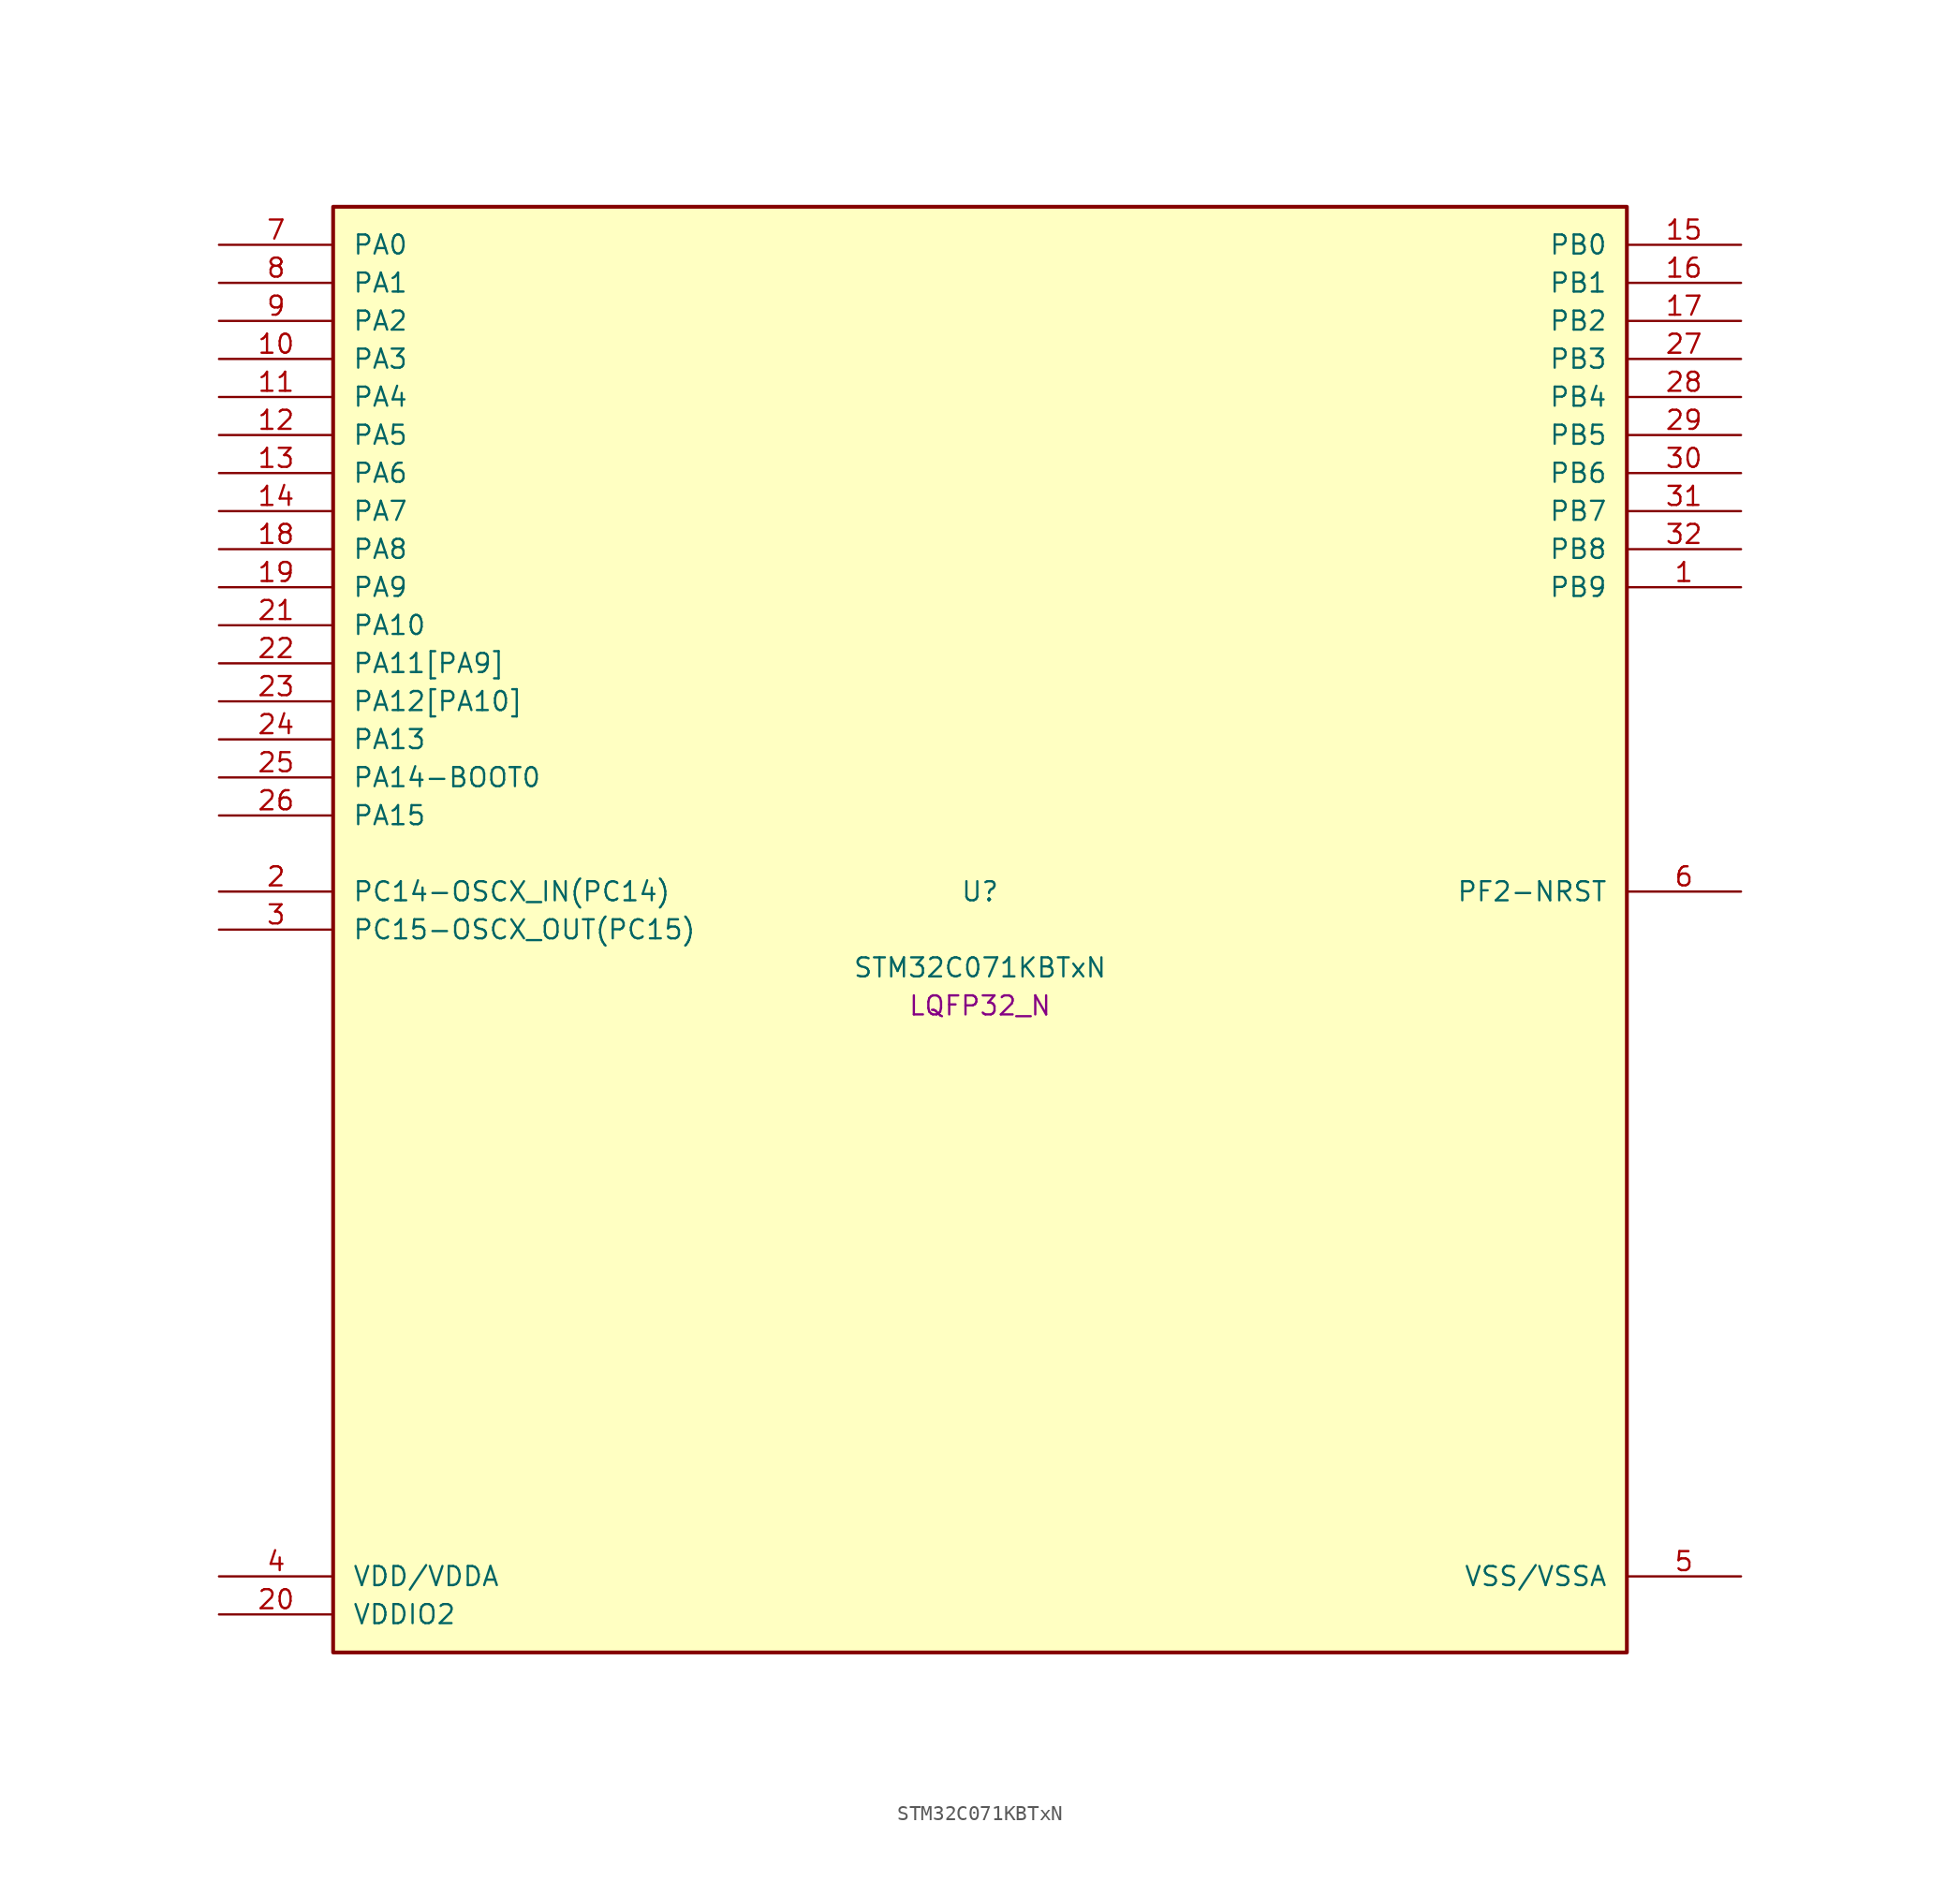
<source format=kicad_sym>
(kicad_symbol_lib
  (version 20241209)
  (generator "stm32_pkl_generator")
  (generator_version "1.0")
  (symbol "STM32C071KBTxN"
    (pin_names
      (offset 1.27))
    (property "Reference" "U"
      (at 0 2.54 0))
    (property "Value" "STM32C071KBTxN"
      (at 0 -2.54 0))
    (property "Footprint" "LQFP32_N"
      (at 0 -5.08 0))
    (symbol "STM32C071KBTxN_1_1"
      (rectangle (start -43.18 48.26) (end 43.18 -48.26) (stroke (width 0.254) (type solid)) (fill (type background)))
      (pin bidirectional line (at -50.8 45.72 0) (length 7.62) (name "PA0") (number "7") (alternate "PA0/ADC1_IN0" bidirectional line) (alternate "PA0/PWR_WKUP1" bidirectional line) (alternate "PA0/SPI2_SCK" bidirectional line) (alternate "PA0/TIM16_CH1" bidirectional line) (alternate "PA0/TIM1_CH1" bidirectional line) (alternate "PA0/TIM2_CH1" bidirectional line) (alternate "PA0/TIM2_ETR" bidirectional line) (alternate "PA0/USART1_TX" bidirectional line) (alternate "PA0/USART2_CTS" bidirectional line) (alternate "PA0/USART2_NSS" bidirectional line))
      (pin bidirectional line (at -50.8 43.18 0) (length 7.62) (name "PA1") (number "8") (alternate "PA1/ADC1_IN1" bidirectional line) (alternate "PA1/I2C1_SMBA" bidirectional line) (alternate "PA1/I2S1_CK" bidirectional line) (alternate "PA1/SPI1_SCK" bidirectional line) (alternate "PA1/TIM17_CH1" bidirectional line) (alternate "PA1/TIM1_CH2" bidirectional line) (alternate "PA1/TIM2_CH2" bidirectional line) (alternate "PA1/USART1_RX" bidirectional line) (alternate "PA1/USART2_CK" bidirectional line) (alternate "PA1/USART2_DE" bidirectional line) (alternate "PA1/USART2_RTS" bidirectional line))
      (pin bidirectional line (at -50.8 40.64 0) (length 7.62) (name "PA2") (number "9") (alternate "PA2/ADC1_IN2" bidirectional line) (alternate "PA2/I2S1_SD" bidirectional line) (alternate "PA2/PWR_WKUP4" bidirectional line) (alternate "PA2/RCC_LSCO" bidirectional line) (alternate "PA2/SPI1_MOSI" bidirectional line) (alternate "PA2/TIM16_CH1N" bidirectional line) (alternate "PA2/TIM1_CH3" bidirectional line) (alternate "PA2/TIM2_CH3" bidirectional line) (alternate "PA2/TIM3_ETR" bidirectional line) (alternate "PA2/USART2_TX" bidirectional line))
      (pin bidirectional line (at -50.8 38.1 0) (length 7.62) (name "PA3") (number "10") (alternate "PA3/ADC1_IN3" bidirectional line) (alternate "PA3/SPI2_MISO" bidirectional line) (alternate "PA3/TIM1_CH1N" bidirectional line) (alternate "PA3/TIM1_CH4" bidirectional line) (alternate "PA3/TIM2_CH4" bidirectional line) (alternate "PA3/USART2_RX" bidirectional line))
      (pin bidirectional line (at -50.8 35.56 0) (length 7.62) (name "PA4") (number "11") (alternate "PA4/ADC1_IN4" bidirectional line) (alternate "PA4/I2S1_WS" bidirectional line) (alternate "PA4/PWR_WKUP2" bidirectional line) (alternate "PA4/RTC_OUT1" bidirectional line) (alternate "PA4/RTC_TS" bidirectional line) (alternate "PA4/SPI1_NSS" bidirectional line) (alternate "PA4/SPI2_MOSI" bidirectional line) (alternate "PA4/TIM14_CH1" bidirectional line) (alternate "PA4/TIM17_CH1N" bidirectional line) (alternate "PA4/TIM1_CH2N" bidirectional line) (alternate "PA4/USART2_TX" bidirectional line) (alternate "PA4/USB_NOE" bidirectional line))
      (pin bidirectional line (at -50.8 33.02 0) (length 7.62) (name "PA5") (number "12") (alternate "PA5/ADC1_IN5" bidirectional line) (alternate "PA5/I2S1_CK" bidirectional line) (alternate "PA5/SPI1_SCK" bidirectional line) (alternate "PA5/TIM1_CH1" bidirectional line) (alternate "PA5/TIM1_CH3N" bidirectional line) (alternate "PA5/TIM2_CH1" bidirectional line) (alternate "PA5/TIM2_ETR" bidirectional line) (alternate "PA5/USART2_RX" bidirectional line))
      (pin bidirectional line (at -50.8 30.48 0) (length 7.62) (name "PA6") (number "13") (alternate "PA6/ADC1_IN6" bidirectional line) (alternate "PA6/I2C2_SDA" bidirectional line) (alternate "PA6/I2S1_MCK" bidirectional line) (alternate "PA6/SPI1_MISO" bidirectional line) (alternate "PA6/TIM16_CH1" bidirectional line) (alternate "PA6/TIM1_BKIN" bidirectional line) (alternate "PA6/TIM3_CH1" bidirectional line))
      (pin bidirectional line (at -50.8 27.94 0) (length 7.62) (name "PA7") (number "14") (alternate "PA7/ADC1_IN7" bidirectional line) (alternate "PA7/I2C2_SCL" bidirectional line) (alternate "PA7/I2S1_SD" bidirectional line) (alternate "PA7/SPI1_MOSI" bidirectional line) (alternate "PA7/TIM14_CH1" bidirectional line) (alternate "PA7/TIM17_CH1" bidirectional line) (alternate "PA7/TIM1_CH1N" bidirectional line) (alternate "PA7/TIM3_CH2" bidirectional line))
      (pin bidirectional line (at -50.8 25.4 0) (length 7.62) (name "PA8") (number "18") (alternate "PA8/ADC1_IN8" bidirectional line) (alternate "PA8/CRS_SYNC" bidirectional line) (alternate "PA8/I2S1_WS" bidirectional line) (alternate "PA8/RCC_MCO" bidirectional line) (alternate "PA8/RCC_MCO_2" bidirectional line) (alternate "PA8/SPI1_NSS" bidirectional line) (alternate "PA8/SPI2_MISO" bidirectional line) (alternate "PA8/SPI2_NSS" bidirectional line) (alternate "PA8/TIM14_CH1" bidirectional line) (alternate "PA8/TIM1_CH1" bidirectional line) (alternate "PA8/TIM1_CH2N" bidirectional line) (alternate "PA8/TIM1_CH3N" bidirectional line) (alternate "PA8/TIM3_CH3" bidirectional line) (alternate "PA8/TIM3_CH4" bidirectional line) (alternate "PA8/USART1_RX" bidirectional line) (alternate "PA8/USART2_TX" bidirectional line))
      (pin bidirectional line (at -50.8 22.86 0) (length 7.62) (name "PA9") (number "19") (alternate "PA9/I2C1_SCL" bidirectional line) (alternate "PA9/I2C2_SCL" bidirectional line) (alternate "PA9/RCC_MCO" bidirectional line) (alternate "PA9/SPI2_MISO" bidirectional line) (alternate "PA9/TIM1_CH2" bidirectional line) (alternate "PA9/TIM3_ETR" bidirectional line) (alternate "PA9/USART1_TX" bidirectional line) (alternate "PA9/NC" bidirectional line))
      (pin bidirectional line (at -50.8 20.32 0) (length 7.62) (name "PA10") (number "21") (alternate "PA10/I2C1_SDA" bidirectional line) (alternate "PA10/I2C2_SDA" bidirectional line) (alternate "PA10/RCC_MCO_2" bidirectional line) (alternate "PA10/SPI2_MOSI" bidirectional line) (alternate "PA10/TIM17_BKIN" bidirectional line) (alternate "PA10/TIM1_CH3" bidirectional line) (alternate "PA10/USART1_RX" bidirectional line) (alternate "PA10/NC" bidirectional line))
      (pin bidirectional line (at -50.8 17.78 0) (length 7.62) (name "PA11[PA9]") (number "22") (alternate "PA11[PA9]/ADC1_EXTI11" bidirectional line) (alternate "PA11[PA9]/I2C2_SCL" bidirectional line) (alternate "PA11[PA9]/I2S1_MCK" bidirectional line) (alternate "PA11[PA9]/SPI1_MISO" bidirectional line) (alternate "PA11[PA9]/TIM1_BKIN2" bidirectional line) (alternate "PA11[PA9]/TIM1_CH4" bidirectional line) (alternate "PA11[PA9]/USART1_CTS" bidirectional line) (alternate "PA11[PA9]/USART1_NSS" bidirectional line) (alternate "PA11[PA9]/USB_DM" bidirectional line) (alternate "PA11[PA9]/PA9[PA11]" bidirectional line) (alternate "PA11[PA9]/I2C1_SCL" bidirectional line) (alternate "PA11[PA9]/RCC_MCO" bidirectional line) (alternate "PA11[PA9]/SPI2_MISO" bidirectional line) (alternate "PA11[PA9]/TIM1_CH2" bidirectional line) (alternate "PA11[PA9]/TIM3_ETR" bidirectional line) (alternate "PA11[PA9]/USART1_TX" bidirectional line))
      (pin bidirectional line (at -50.8 15.24 0) (length 7.62) (name "PA12[PA10]") (number "23") (alternate "PA12[PA10]/I2C2_SDA" bidirectional line) (alternate "PA12[PA10]/I2S1_SD" bidirectional line) (alternate "PA12[PA10]/I2S_CKIN" bidirectional line) (alternate "PA12[PA10]/SPI1_MOSI" bidirectional line) (alternate "PA12[PA10]/TIM1_ETR" bidirectional line) (alternate "PA12[PA10]/USART1_CK" bidirectional line) (alternate "PA12[PA10]/USART1_DE" bidirectional line) (alternate "PA12[PA10]/USART1_RTS" bidirectional line) (alternate "PA12[PA10]/USB_DP" bidirectional line) (alternate "PA12[PA10]/PA10[PA12]" bidirectional line) (alternate "PA12[PA10]/I2C1_SDA" bidirectional line) (alternate "PA12[PA10]/RCC_MCO_2" bidirectional line) (alternate "PA12[PA10]/SPI2_MOSI" bidirectional line) (alternate "PA12[PA10]/TIM17_BKIN" bidirectional line) (alternate "PA12[PA10]/TIM1_CH3" bidirectional line) (alternate "PA12[PA10]/USART1_RX" bidirectional line))
      (pin bidirectional line (at -50.8 12.7 0) (length 7.62) (name "PA13") (number "24") (alternate "PA13/ADC1_IN13" bidirectional line) (alternate "PA13/DEBUG_SWDIO" bidirectional line) (alternate "PA13/IR_OUT" bidirectional line) (alternate "PA13/TIM3_ETR" bidirectional line) (alternate "PA13/USART2_RX" bidirectional line) (alternate "PA13/USB_NOE" bidirectional line))
      (pin bidirectional line (at -50.8 10.16 0) (length 7.62) (name "PA14-BOOT0") (number "25") (alternate "PA14-BOOT0/ADC1_IN14" bidirectional line) (alternate "PA14-BOOT0/DEBUG_SWCLK" bidirectional line) (alternate "PA14-BOOT0/I2S1_WS" bidirectional line) (alternate "PA14-BOOT0/RCC_MCO_2" bidirectional line) (alternate "PA14-BOOT0/SPI1_NSS" bidirectional line) (alternate "PA14-BOOT0/TIM1_CH1" bidirectional line) (alternate "PA14-BOOT0/USART1_CK" bidirectional line) (alternate "PA14-BOOT0/USART1_DE" bidirectional line) (alternate "PA14-BOOT0/USART1_RTS" bidirectional line) (alternate "PA14-BOOT0/USART2_RX" bidirectional line) (alternate "PA14-BOOT0/USART2_TX" bidirectional line))
      (pin bidirectional line (at -50.8 7.62 0) (length 7.62) (name "PA15") (number "26") (alternate "PA15/I2S1_WS" bidirectional line) (alternate "PA15/RCC_MCO_2" bidirectional line) (alternate "PA15/SPI1_NSS" bidirectional line) (alternate "PA15/TIM1_CH1" bidirectional line) (alternate "PA15/TIM2_CH1" bidirectional line) (alternate "PA15/TIM2_ETR" bidirectional line) (alternate "PA15/USART1_CK" bidirectional line) (alternate "PA15/USART1_DE" bidirectional line) (alternate "PA15/USART1_RTS" bidirectional line) (alternate "PA15/USART2_RX" bidirectional line) (alternate "PA15/USB_NOE" bidirectional line))
      (pin bidirectional line (at 50.8 45.72 180) (length 7.62) (name "PB0") (number "15") (alternate "PB0/ADC1_IN17" bidirectional line) (alternate "PB0/I2S1_WS" bidirectional line) (alternate "PB0/SPI1_NSS" bidirectional line) (alternate "PB0/TIM1_CH2N" bidirectional line) (alternate "PB0/TIM3_CH3" bidirectional line))
      (pin bidirectional line (at 50.8 43.18 180) (length 7.62) (name "PB1") (number "16") (alternate "PB1/ADC1_IN18" bidirectional line) (alternate "PB1/TIM14_CH1" bidirectional line) (alternate "PB1/TIM1_CH2N" bidirectional line) (alternate "PB1/TIM1_CH3N" bidirectional line) (alternate "PB1/TIM3_CH4" bidirectional line))
      (pin bidirectional line (at 50.8 40.64 180) (length 7.62) (name "PB2") (number "17") (alternate "PB2/ADC1_IN19" bidirectional line) (alternate "PB2/RCC_MCO_2" bidirectional line) (alternate "PB2/SPI2_MISO" bidirectional line) (alternate "PB2/USART1_RX" bidirectional line))
      (pin bidirectional line (at 50.8 38.1 180) (length 7.62) (name "PB3") (number "27") (alternate "PB3/I2C2_SCL" bidirectional line) (alternate "PB3/I2S1_CK" bidirectional line) (alternate "PB3/SPI1_SCK" bidirectional line) (alternate "PB3/TIM1_CH2" bidirectional line) (alternate "PB3/TIM2_CH2" bidirectional line) (alternate "PB3/TIM3_CH2" bidirectional line) (alternate "PB3/USART1_CK" bidirectional line) (alternate "PB3/USART1_DE" bidirectional line) (alternate "PB3/USART1_RTS" bidirectional line))
      (pin bidirectional line (at 50.8 35.56 180) (length 7.62) (name "PB4") (number "28") (alternate "PB4/I2C2_SDA" bidirectional line) (alternate "PB4/I2S1_MCK" bidirectional line) (alternate "PB4/SPI1_MISO" bidirectional line) (alternate "PB4/TIM17_BKIN" bidirectional line) (alternate "PB4/TIM3_CH1" bidirectional line) (alternate "PB4/USART1_CTS" bidirectional line) (alternate "PB4/USART1_NSS" bidirectional line))
      (pin bidirectional line (at 50.8 33.02 180) (length 7.62) (name "PB5") (number "29") (alternate "PB5/I2C1_SMBA" bidirectional line) (alternate "PB5/I2S1_SD" bidirectional line) (alternate "PB5/PWR_WKUP6" bidirectional line) (alternate "PB5/SPI1_MOSI" bidirectional line) (alternate "PB5/TIM16_BKIN" bidirectional line) (alternate "PB5/TIM3_CH2" bidirectional line) (alternate "PB5/TIM3_CH3" bidirectional line))
      (pin bidirectional line (at 50.8 30.48 180) (length 7.62) (name "PB6") (number "30") (alternate "PB6/I2C1_SCL" bidirectional line) (alternate "PB6/I2C1_SMBA" bidirectional line) (alternate "PB6/I2S1_CK" bidirectional line) (alternate "PB6/I2S1_MCK" bidirectional line) (alternate "PB6/I2S1_SD" bidirectional line) (alternate "PB6/PWR_WKUP3" bidirectional line) (alternate "PB6/SPI1_MISO" bidirectional line) (alternate "PB6/SPI1_MOSI" bidirectional line) (alternate "PB6/SPI1_SCK" bidirectional line) (alternate "PB6/SPI2_MISO" bidirectional line) (alternate "PB6/TIM16_BKIN" bidirectional line) (alternate "PB6/TIM16_CH1N" bidirectional line) (alternate "PB6/TIM17_BKIN" bidirectional line) (alternate "PB6/TIM1_CH2" bidirectional line) (alternate "PB6/TIM1_CH3" bidirectional line) (alternate "PB6/TIM3_CH1" bidirectional line) (alternate "PB6/TIM3_CH2" bidirectional line) (alternate "PB6/TIM3_CH3" bidirectional line) (alternate "PB6/USART1_CTS" bidirectional line) (alternate "PB6/USART1_NSS" bidirectional line) (alternate "PB6/USART1_TX" bidirectional line))
      (pin bidirectional line (at 50.8 27.94 180) (length 7.62) (name "PB7") (number "31") (alternate "PB7/I2C1_SCL" bidirectional line) (alternate "PB7/I2C1_SDA" bidirectional line) (alternate "PB7/RTC_REFIN" bidirectional line) (alternate "PB7/SPI2_MOSI" bidirectional line) (alternate "PB7/TIM16_CH1" bidirectional line) (alternate "PB7/TIM17_CH1N" bidirectional line) (alternate "PB7/TIM1_CH4" bidirectional line) (alternate "PB7/TIM3_CH1" bidirectional line) (alternate "PB7/TIM3_CH4" bidirectional line) (alternate "PB7/USART1_RX" bidirectional line) (alternate "PB7/USART2_CTS" bidirectional line) (alternate "PB7/USART2_NSS" bidirectional line))
      (pin bidirectional line (at 50.8 25.4 180) (length 7.62) (name "PB8") (number "32") (alternate "PB8/I2C1_SCL" bidirectional line) (alternate "PB8/SPI2_SCK" bidirectional line) (alternate "PB8/TIM16_CH1" bidirectional line) (alternate "PB8/TIM3_CH1" bidirectional line) (alternate "PB8/USART2_CTS" bidirectional line) (alternate "PB8/USART2_NSS" bidirectional line))
      (pin bidirectional line (at 50.8 22.86 180) (length 7.62) (name "PB9") (number "1") (alternate "PB9/I2C1_SDA" bidirectional line) (alternate "PB9/IR_OUT" bidirectional line) (alternate "PB9/SPI2_NSS" bidirectional line) (alternate "PB9/TIM17_CH1" bidirectional line) (alternate "PB9/TIM3_CH2" bidirectional line) (alternate "PB9/USART2_CK" bidirectional line) (alternate "PB9/USART2_DE" bidirectional line) (alternate "PB9/USART2_RTS" bidirectional line))
      (pin bidirectional line (at -50.8 2.54 0) (length 7.62) (name "PC14-OSCX_IN(PC14)") (number "2") (alternate "PC14-OSCX_IN(PC14)/I2C1_SDA" bidirectional line) (alternate "PC14-OSCX_IN(PC14)/IR_OUT" bidirectional line) (alternate "PC14-OSCX_IN(PC14)/RCC_OSCX_IN" bidirectional line) (alternate "PC14-OSCX_IN(PC14)/SPI2_NSS" bidirectional line) (alternate "PC14-OSCX_IN(PC14)/TIM17_CH1" bidirectional line) (alternate "PC14-OSCX_IN(PC14)/TIM1_BKIN2" bidirectional line) (alternate "PC14-OSCX_IN(PC14)/TIM1_ETR" bidirectional line) (alternate "PC14-OSCX_IN(PC14)/TIM3_CH2" bidirectional line) (alternate "PC14-OSCX_IN(PC14)/USART1_TX" bidirectional line) (alternate "PC14-OSCX_IN(PC14)/USART2_CK" bidirectional line) (alternate "PC14-OSCX_IN(PC14)/USART2_DE" bidirectional line) (alternate "PC14-OSCX_IN(PC14)/USART2_RTS" bidirectional line))
      (pin bidirectional line (at -50.8 0 0) (length 7.62) (name "PC15-OSCX_OUT(PC15)") (number "3") (alternate "PC15-OSCX_OUT(PC15)/RCC_OSC32_EN" bidirectional line) (alternate "PC15-OSCX_OUT(PC15)/RCC_OSCX_OUT" bidirectional line) (alternate "PC15-OSCX_OUT(PC15)/RCC_OSC_EN" bidirectional line) (alternate "PC15-OSCX_OUT(PC15)/TIM1_ETR" bidirectional line) (alternate "PC15-OSCX_OUT(PC15)/TIM3_CH3" bidirectional line))
      (pin bidirectional line (at 50.8 2.54 180) (length 7.62) (name "PF2-NRST") (number "6") (alternate "PF2-NRST/RCC_MCO" bidirectional line) (alternate "PF2-NRST/TIM1_CH4" bidirectional line))
      (pin power_in line (at -50.8 -43.18 0) (length 7.62) (name "VDD/VDDA") (number "4"))
      (pin power_in line (at -50.8 -45.72 0) (length 7.62) (name "VDDIO2") (number "20"))
      (pin power_in line (at 50.8 -43.18 180) (length 7.62) (name "VSS/VSSA") (number "5")))))
</source>
